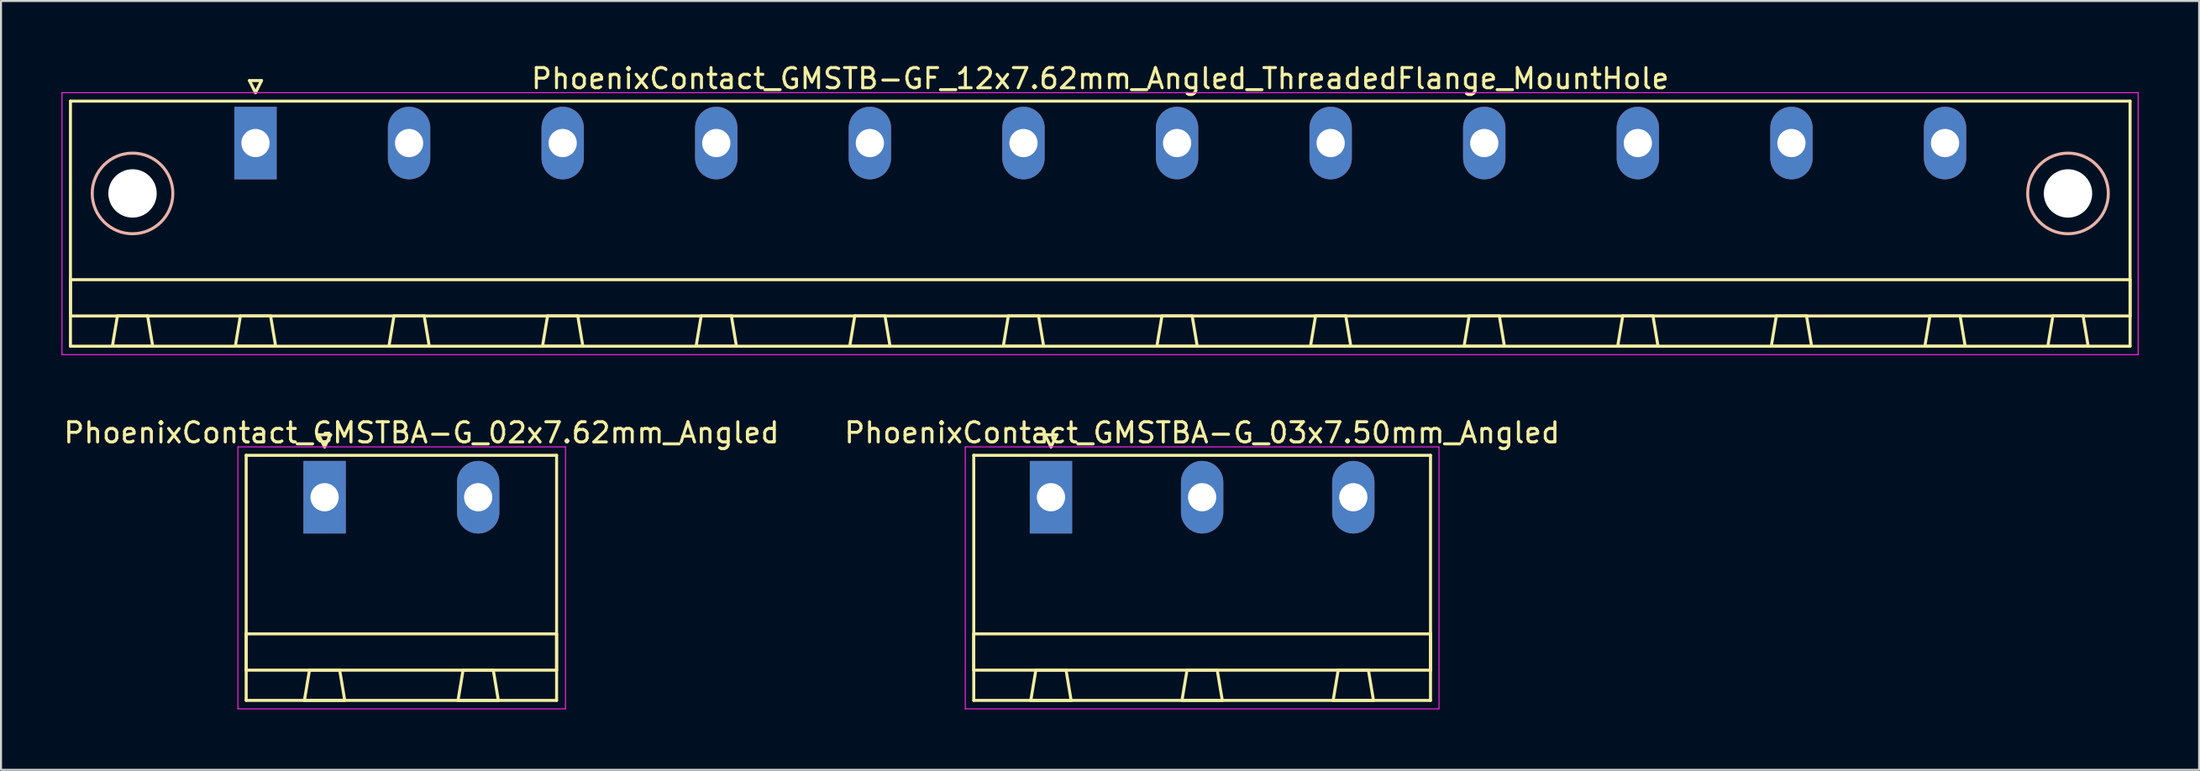
<source format=kicad_pcb>
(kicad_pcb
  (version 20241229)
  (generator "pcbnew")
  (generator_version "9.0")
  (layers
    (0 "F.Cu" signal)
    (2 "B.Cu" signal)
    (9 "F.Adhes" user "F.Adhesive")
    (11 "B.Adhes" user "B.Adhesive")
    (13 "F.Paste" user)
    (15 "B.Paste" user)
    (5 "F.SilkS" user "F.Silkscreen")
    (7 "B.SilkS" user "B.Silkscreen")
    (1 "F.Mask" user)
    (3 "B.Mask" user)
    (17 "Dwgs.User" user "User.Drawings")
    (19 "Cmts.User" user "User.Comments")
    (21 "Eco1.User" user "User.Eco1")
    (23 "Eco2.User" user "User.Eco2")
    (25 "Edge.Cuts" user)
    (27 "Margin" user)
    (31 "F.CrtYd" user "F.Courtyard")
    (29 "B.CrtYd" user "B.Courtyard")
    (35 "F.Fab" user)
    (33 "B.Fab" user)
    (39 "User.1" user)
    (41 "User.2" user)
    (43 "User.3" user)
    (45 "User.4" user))
  (footprint "PhoenixContact_GMSTB-GF_12x7.62mm_Angled_ThreadedFlange_MountHole"
    (layer "F.Cu")
    (at 9.625 4.048)
    (property "Reference" "PhoenixContact_GMSTB-GF_12x7.62mm_Angled_ThreadedFlange_MountHole" (at 41.91 -3.2 0) (layer "F.SilkS") (effects (font (size 1 1) (thickness 0.15))))
    (attr through_hole)
    (fp_line (start -9.18 -2.08) (end -9.18 10.08) (stroke (width 0.15) (type solid)) (layer "F.SilkS"))
    (fp_line (start -9.18 6.78) (end 93 6.78) (stroke (width 0.15) (type solid)) (layer "F.SilkS"))
    (fp_line (start -9.18 8.58) (end -9.18 6.78) (stroke (width 0.15) (type solid)) (layer "F.SilkS"))
    (fp_line (start -9.18 10.08) (end 93 10.08) (stroke (width 0.15) (type solid)) (layer "F.SilkS"))
    (fp_line (start -7.1 10.08) (end -5.1 10.08) (stroke (width 0.15) (type solid)) (layer "F.SilkS"))
    (fp_line (start -6.85 8.58) (end -7.1 10.08) (stroke (width 0.15) (type solid)) (layer "F.SilkS"))
    (fp_line (start -5.35 8.58) (end -6.85 8.58) (stroke (width 0.15) (type solid)) (layer "F.SilkS"))
    (fp_line (start -5.1 10.08) (end -5.35 8.58) (stroke (width 0.15) (type solid)) (layer "F.SilkS"))
    (fp_line (start -1 10.08) (end 1 10.08) (stroke (width 0.15) (type solid)) (layer "F.SilkS"))
    (fp_line (start -0.75 8.58) (end -1 10.08) (stroke (width 0.15) (type solid)) (layer "F.SilkS"))
    (fp_line (start -0.3 -3.1) (end 0 -2.5) (stroke (width 0.15) (type solid)) (layer "F.SilkS"))
    (fp_line (start 0 -2.5) (end 0.3 -3.1) (stroke (width 0.15) (type solid)) (layer "F.SilkS"))
    (fp_line (start 0.3 -3.1) (end -0.3 -3.1) (stroke (width 0.15) (type solid)) (layer "F.SilkS"))
    (fp_line (start 0.75 8.58) (end -0.75 8.58) (stroke (width 0.15) (type solid)) (layer "F.SilkS"))
    (fp_line (start 1 10.08) (end 0.75 8.58) (stroke (width 0.15) (type solid)) (layer "F.SilkS"))
    (fp_line (start 6.62 10.08) (end 8.62 10.08) (stroke (width 0.15) (type solid)) (layer "F.SilkS"))
    (fp_line (start 6.87 8.58) (end 6.62 10.08) (stroke (width 0.15) (type solid)) (layer "F.SilkS"))
    (fp_line (start 8.37 8.58) (end 6.87 8.58) (stroke (width 0.15) (type solid)) (layer "F.SilkS"))
    (fp_line (start 8.62 10.08) (end 8.37 8.58) (stroke (width 0.15) (type solid)) (layer "F.SilkS"))
    (fp_line (start 14.24 10.08) (end 16.24 10.08) (stroke (width 0.15) (type solid)) (layer "F.SilkS"))
    (fp_line (start 14.49 8.58) (end 14.24 10.08) (stroke (width 0.15) (type solid)) (layer "F.SilkS"))
    (fp_line (start 15.99 8.58) (end 14.49 8.58) (stroke (width 0.15) (type solid)) (layer "F.SilkS"))
    (fp_line (start 16.24 10.08) (end 15.99 8.58) (stroke (width 0.15) (type solid)) (layer "F.SilkS"))
    (fp_line (start 21.86 10.08) (end 23.86 10.08) (stroke (width 0.15) (type solid)) (layer "F.SilkS"))
    (fp_line (start 22.11 8.58) (end 21.86 10.08) (stroke (width 0.15) (type solid)) (layer "F.SilkS"))
    (fp_line (start 23.61 8.58) (end 22.11 8.58) (stroke (width 0.15) (type solid)) (layer "F.SilkS"))
    (fp_line (start 23.86 10.08) (end 23.61 8.58) (stroke (width 0.15) (type solid)) (layer "F.SilkS"))
    (fp_line (start 29.48 10.08) (end 31.48 10.08) (stroke (width 0.15) (type solid)) (layer "F.SilkS"))
    (fp_line (start 29.73 8.58) (end 29.48 10.08) (stroke (width 0.15) (type solid)) (layer "F.SilkS"))
    (fp_line (start 31.23 8.58) (end 29.73 8.58) (stroke (width 0.15) (type solid)) (layer "F.SilkS"))
    (fp_line (start 31.48 10.08) (end 31.23 8.58) (stroke (width 0.15) (type solid)) (layer "F.SilkS"))
    (fp_line (start 37.1 10.08) (end 39.1 10.08) (stroke (width 0.15) (type solid)) (layer "F.SilkS"))
    (fp_line (start 37.35 8.58) (end 37.1 10.08) (stroke (width 0.15) (type solid)) (layer "F.SilkS"))
    (fp_line (start 38.85 8.58) (end 37.35 8.58) (stroke (width 0.15) (type solid)) (layer "F.SilkS"))
    (fp_line (start 39.1 10.08) (end 38.85 8.58) (stroke (width 0.15) (type solid)) (layer "F.SilkS"))
    (fp_line (start 44.72 10.08) (end 46.72 10.08) (stroke (width 0.15) (type solid)) (layer "F.SilkS"))
    (fp_line (start 44.97 8.58) (end 44.72 10.08) (stroke (width 0.15) (type solid)) (layer "F.SilkS"))
    (fp_line (start 46.47 8.58) (end 44.97 8.58) (stroke (width 0.15) (type solid)) (layer "F.SilkS"))
    (fp_line (start 46.72 10.08) (end 46.47 8.58) (stroke (width 0.15) (type solid)) (layer "F.SilkS"))
    (fp_line (start 52.34 10.08) (end 54.34 10.08) (stroke (width 0.15) (type solid)) (layer "F.SilkS"))
    (fp_line (start 52.59 8.58) (end 52.34 10.08) (stroke (width 0.15) (type solid)) (layer "F.SilkS"))
    (fp_line (start 54.09 8.58) (end 52.59 8.58) (stroke (width 0.15) (type solid)) (layer "F.SilkS"))
    (fp_line (start 54.34 10.08) (end 54.09 8.58) (stroke (width 0.15) (type solid)) (layer "F.SilkS"))
    (fp_line (start 59.96 10.08) (end 61.96 10.08) (stroke (width 0.15) (type solid)) (layer "F.SilkS"))
    (fp_line (start 60.21 8.58) (end 59.96 10.08) (stroke (width 0.15) (type solid)) (layer "F.SilkS"))
    (fp_line (start 61.71 8.58) (end 60.21 8.58) (stroke (width 0.15) (type solid)) (layer "F.SilkS"))
    (fp_line (start 61.96 10.08) (end 61.71 8.58) (stroke (width 0.15) (type solid)) (layer "F.SilkS"))
    (fp_line (start 67.58 10.08) (end 69.58 10.08) (stroke (width 0.15) (type solid)) (layer "F.SilkS"))
    (fp_line (start 67.83 8.58) (end 67.58 10.08) (stroke (width 0.15) (type solid)) (layer "F.SilkS"))
    (fp_line (start 69.33 8.58) (end 67.83 8.58) (stroke (width 0.15) (type solid)) (layer "F.SilkS"))
    (fp_line (start 69.58 10.08) (end 69.33 8.58) (stroke (width 0.15) (type solid)) (layer "F.SilkS"))
    (fp_line (start 75.2 10.08) (end 77.2 10.08) (stroke (width 0.15) (type solid)) (layer "F.SilkS"))
    (fp_line (start 75.45 8.58) (end 75.2 10.08) (stroke (width 0.15) (type solid)) (layer "F.SilkS"))
    (fp_line (start 76.95 8.58) (end 75.45 8.58) (stroke (width 0.15) (type solid)) (layer "F.SilkS"))
    (fp_line (start 77.2 10.08) (end 76.95 8.58) (stroke (width 0.15) (type solid)) (layer "F.SilkS"))
    (fp_line (start 82.82 10.08) (end 84.82 10.08) (stroke (width 0.15) (type solid)) (layer "F.SilkS"))
    (fp_line (start 83.07 8.58) (end 82.82 10.08) (stroke (width 0.15) (type solid)) (layer "F.SilkS"))
    (fp_line (start 84.57 8.58) (end 83.07 8.58) (stroke (width 0.15) (type solid)) (layer "F.SilkS"))
    (fp_line (start 84.82 10.08) (end 84.57 8.58) (stroke (width 0.15) (type solid)) (layer "F.SilkS"))
    (fp_line (start 88.92 10.08) (end 90.92 10.08) (stroke (width 0.15) (type solid)) (layer "F.SilkS"))
    (fp_line (start 89.17 8.58) (end 88.92 10.08) (stroke (width 0.15) (type solid)) (layer "F.SilkS"))
    (fp_line (start 90.67 8.58) (end 89.17 8.58) (stroke (width 0.15) (type solid)) (layer "F.SilkS"))
    (fp_line (start 90.92 10.08) (end 90.67 8.58) (stroke (width 0.15) (type solid)) (layer "F.SilkS"))
    (fp_line (start 93 -2.08) (end -9.18 -2.08) (stroke (width 0.15) (type solid)) (layer "F.SilkS"))
    (fp_line (start 93 6.78) (end 93 8.58) (stroke (width 0.15) (type solid)) (layer "F.SilkS"))
    (fp_line (start 93 8.58) (end -9.18 8.58) (stroke (width 0.15) (type solid)) (layer "F.SilkS"))
    (fp_line (start 93 10.08) (end 93 -2.08) (stroke (width 0.15) (type solid)) (layer "F.SilkS"))
    (fp_circle (center -6.1 2.5) (end -4.1 2.5) (stroke (width 0.15) (type solid)) (fill no) (layer "B.SilkS"))
    (fp_circle (center 89.92 2.5) (end 91.92 2.5) (stroke (width 0.15) (type solid)) (fill no) (layer "B.SilkS"))
    (fp_line (start -9.6 -2.5) (end -9.6 10.5) (stroke (width 0.05) (type solid)) (layer "F.CrtYd"))
    (fp_line (start -9.6 10.5) (end 93.4 10.5) (stroke (width 0.05) (type solid)) (layer "F.CrtYd"))
    (fp_line (start 93.4 -2.5) (end -9.6 -2.5) (stroke (width 0.05) (type solid)) (layer "F.CrtYd"))
    (fp_line (start 93.4 10.5) (end 93.4 -2.5) (stroke (width 0.05) (type solid)) (layer "F.CrtYd"))
    (pad "" np_thru_hole circle (at -6.1 2.5) (size 2.4 2.4) (drill 2.4) (layers "*.Cu" "*.Mask"))
    (pad "" np_thru_hole circle (at 89.92 2.5) (size 2.4 2.4) (drill 2.4) (layers "*.Cu" "*.Mask"))
    (pad "1" thru_hole rect (at 0 0) (size 2.1 3.6) (drill 1.4) (layers "*.Cu" "*.Mask"))
    (pad "2" thru_hole oval (at 7.62 0) (size 2.1 3.6) (drill 1.4) (layers "*.Cu" "*.Mask"))
    (pad "3" thru_hole oval (at 15.24 0) (size 2.1 3.6) (drill 1.4) (layers "*.Cu" "*.Mask"))
    (pad "4" thru_hole oval (at 22.86 0) (size 2.1 3.6) (drill 1.4) (layers "*.Cu" "*.Mask"))
    (pad "5" thru_hole oval (at 30.48 0) (size 2.1 3.6) (drill 1.4) (layers "*.Cu" "*.Mask"))
    (pad "6" thru_hole oval (at 38.1 0) (size 2.1 3.6) (drill 1.4) (layers "*.Cu" "*.Mask"))
    (pad "7" thru_hole oval (at 45.72 0) (size 2.1 3.6) (drill 1.4) (layers "*.Cu" "*.Mask"))
    (pad "8" thru_hole oval (at 53.34 0) (size 2.1 3.6) (drill 1.4) (layers "*.Cu" "*.Mask"))
    (pad "9" thru_hole oval (at 60.96 0) (size 2.1 3.6) (drill 1.4) (layers "*.Cu" "*.Mask"))
    (pad "10" thru_hole oval (at 68.58 0) (size 2.1 3.6) (drill 1.4) (layers "*.Cu" "*.Mask"))
    (pad "11" thru_hole oval (at 76.2 0) (size 2.1 3.6) (drill 1.4) (layers "*.Cu" "*.Mask"))
    (pad "12" thru_hole oval (at 83.82 0) (size 2.1 3.6) (drill 1.4) (layers "*.Cu" "*.Mask")))
  (footprint "PhoenixContact_GMSTBA-G_02x7.62mm_Angled"
    (layer "F.Cu")
    (at 13.053 21.622)
    (property "Reference" "PhoenixContact_GMSTBA-G_02x7.62mm_Angled" (at 4.81 -3.2 0) (layer "F.SilkS") (effects (font (size 1 1) (thickness 0.15))))
    (attr through_hole)
    (fp_line (start -3.89 -2.08) (end -3.89 10.08) (stroke (width 0.15) (type solid)) (layer "F.SilkS"))
    (fp_line (start -3.89 6.78) (end 11.51 6.78) (stroke (width 0.15) (type solid)) (layer "F.SilkS"))
    (fp_line (start -3.89 8.58) (end -3.89 6.78) (stroke (width 0.15) (type solid)) (layer "F.SilkS"))
    (fp_line (start -3.89 10.08) (end 11.51 10.08) (stroke (width 0.15) (type solid)) (layer "F.SilkS"))
    (fp_line (start -1 10.08) (end 1 10.08) (stroke (width 0.15) (type solid)) (layer "F.SilkS"))
    (fp_line (start -0.75 8.58) (end -1 10.08) (stroke (width 0.15) (type solid)) (layer "F.SilkS"))
    (fp_line (start -0.3 -3.1) (end 0 -2.5) (stroke (width 0.15) (type solid)) (layer "F.SilkS"))
    (fp_line (start 0 -2.5) (end 0.3 -3.1) (stroke (width 0.15) (type solid)) (layer "F.SilkS"))
    (fp_line (start 0.3 -3.1) (end -0.3 -3.1) (stroke (width 0.15) (type solid)) (layer "F.SilkS"))
    (fp_line (start 0.75 8.58) (end -0.75 8.58) (stroke (width 0.15) (type solid)) (layer "F.SilkS"))
    (fp_line (start 1 10.08) (end 0.75 8.58) (stroke (width 0.15) (type solid)) (layer "F.SilkS"))
    (fp_line (start 6.62 10.08) (end 8.62 10.08) (stroke (width 0.15) (type solid)) (layer "F.SilkS"))
    (fp_line (start 6.87 8.58) (end 6.62 10.08) (stroke (width 0.15) (type solid)) (layer "F.SilkS"))
    (fp_line (start 8.37 8.58) (end 6.87 8.58) (stroke (width 0.15) (type solid)) (layer "F.SilkS"))
    (fp_line (start 8.62 10.08) (end 8.37 8.58) (stroke (width 0.15) (type solid)) (layer "F.SilkS"))
    (fp_line (start 11.51 -2.08) (end -3.89 -2.08) (stroke (width 0.15) (type solid)) (layer "F.SilkS"))
    (fp_line (start 11.51 6.78) (end 11.51 8.58) (stroke (width 0.15) (type solid)) (layer "F.SilkS"))
    (fp_line (start 11.51 8.58) (end -3.89 8.58) (stroke (width 0.15) (type solid)) (layer "F.SilkS"))
    (fp_line (start 11.51 10.08) (end 11.51 -2.08) (stroke (width 0.15) (type solid)) (layer "F.SilkS"))
    (fp_line (start -4.3 -2.5) (end -4.3 10.5) (stroke (width 0.05) (type solid)) (layer "F.CrtYd"))
    (fp_line (start -4.3 10.5) (end 11.95 10.5) (stroke (width 0.05) (type solid)) (layer "F.CrtYd"))
    (fp_line (start 11.95 -2.5) (end -4.3 -2.5) (stroke (width 0.05) (type solid)) (layer "F.CrtYd"))
    (fp_line (start 11.95 10.5) (end 11.95 -2.5) (stroke (width 0.05) (type solid)) (layer "F.CrtYd"))
    (pad "1" thru_hole rect (at 0 0) (size 2.1 3.6) (drill 1.4) (layers "*.Cu" "*.Mask"))
    (pad "2" thru_hole oval (at 7.62 0) (size 2.1 3.6) (drill 1.4) (layers "*.Cu" "*.Mask")))
  (footprint "PhoenixContact_GMSTBA-G_03x7.50mm_Angled"
    (layer "F.Cu")
    (at 49.089 21.622)
    (property "Reference" "PhoenixContact_GMSTBA-G_03x7.50mm_Angled" (at 7.5 -3.2 0) (layer "F.SilkS") (effects (font (size 1 1) (thickness 0.15))))
    (attr through_hole)
    (fp_line (start -3.83 -2.08) (end -3.83 10.08) (stroke (width 0.15) (type solid)) (layer "F.SilkS"))
    (fp_line (start -3.83 6.78) (end 18.83 6.78) (stroke (width 0.15) (type solid)) (layer "F.SilkS"))
    (fp_line (start -3.83 8.58) (end -3.83 6.78) (stroke (width 0.15) (type solid)) (layer "F.SilkS"))
    (fp_line (start -3.83 10.08) (end 18.83 10.08) (stroke (width 0.15) (type solid)) (layer "F.SilkS"))
    (fp_line (start -1 10.08) (end 1 10.08) (stroke (width 0.15) (type solid)) (layer "F.SilkS"))
    (fp_line (start -0.75 8.58) (end -1 10.08) (stroke (width 0.15) (type solid)) (layer "F.SilkS"))
    (fp_line (start -0.3 -3.1) (end 0 -2.5) (stroke (width 0.15) (type solid)) (layer "F.SilkS"))
    (fp_line (start 0 -2.5) (end 0.3 -3.1) (stroke (width 0.15) (type solid)) (layer "F.SilkS"))
    (fp_line (start 0.3 -3.1) (end -0.3 -3.1) (stroke (width 0.15) (type solid)) (layer "F.SilkS"))
    (fp_line (start 0.75 8.58) (end -0.75 8.58) (stroke (width 0.15) (type solid)) (layer "F.SilkS"))
    (fp_line (start 1 10.08) (end 0.75 8.58) (stroke (width 0.15) (type solid)) (layer "F.SilkS"))
    (fp_line (start 6.5 10.08) (end 8.5 10.08) (stroke (width 0.15) (type solid)) (layer "F.SilkS"))
    (fp_line (start 6.75 8.58) (end 6.5 10.08) (stroke (width 0.15) (type solid)) (layer "F.SilkS"))
    (fp_line (start 8.25 8.58) (end 6.75 8.58) (stroke (width 0.15) (type solid)) (layer "F.SilkS"))
    (fp_line (start 8.5 10.08) (end 8.25 8.58) (stroke (width 0.15) (type solid)) (layer "F.SilkS"))
    (fp_line (start 14 10.08) (end 16 10.08) (stroke (width 0.15) (type solid)) (layer "F.SilkS"))
    (fp_line (start 14.25 8.58) (end 14 10.08) (stroke (width 0.15) (type solid)) (layer "F.SilkS"))
    (fp_line (start 15.75 8.58) (end 14.25 8.58) (stroke (width 0.15) (type solid)) (layer "F.SilkS"))
    (fp_line (start 16 10.08) (end 15.75 8.58) (stroke (width 0.15) (type solid)) (layer "F.SilkS"))
    (fp_line (start 18.83 -2.08) (end -3.83 -2.08) (stroke (width 0.15) (type solid)) (layer "F.SilkS"))
    (fp_line (start 18.83 6.78) (end 18.83 8.58) (stroke (width 0.15) (type solid)) (layer "F.SilkS"))
    (fp_line (start 18.83 8.58) (end -3.83 8.58) (stroke (width 0.15) (type solid)) (layer "F.SilkS"))
    (fp_line (start 18.83 10.08) (end 18.83 -2.08) (stroke (width 0.15) (type solid)) (layer "F.SilkS"))
    (fp_line (start -4.25 -2.5) (end -4.25 10.5) (stroke (width 0.05) (type solid)) (layer "F.CrtYd"))
    (fp_line (start -4.25 10.5) (end 19.25 10.5) (stroke (width 0.05) (type solid)) (layer "F.CrtYd"))
    (fp_line (start 19.25 -2.5) (end -4.25 -2.5) (stroke (width 0.05) (type solid)) (layer "F.CrtYd"))
    (fp_line (start 19.25 10.5) (end 19.25 -2.5) (stroke (width 0.05) (type solid)) (layer "F.CrtYd"))
    (pad "1" thru_hole rect (at 0 0) (size 2.1 3.6) (drill 1.4) (layers "*.Cu" "*.Mask"))
    (pad "2" thru_hole oval (at 7.5 0) (size 2.1 3.6) (drill 1.4) (layers "*.Cu" "*.Mask"))
    (pad "3" thru_hole oval (at 15 0) (size 2.1 3.6) (drill 1.4) (layers "*.Cu" "*.Mask")))
  (gr_rect
    (start -3 -3)
    (end 106.05 35.147)
    (stroke (width 0.1) (type default))
    (fill no)
    (layer "Edge.Cuts")))
</source>
